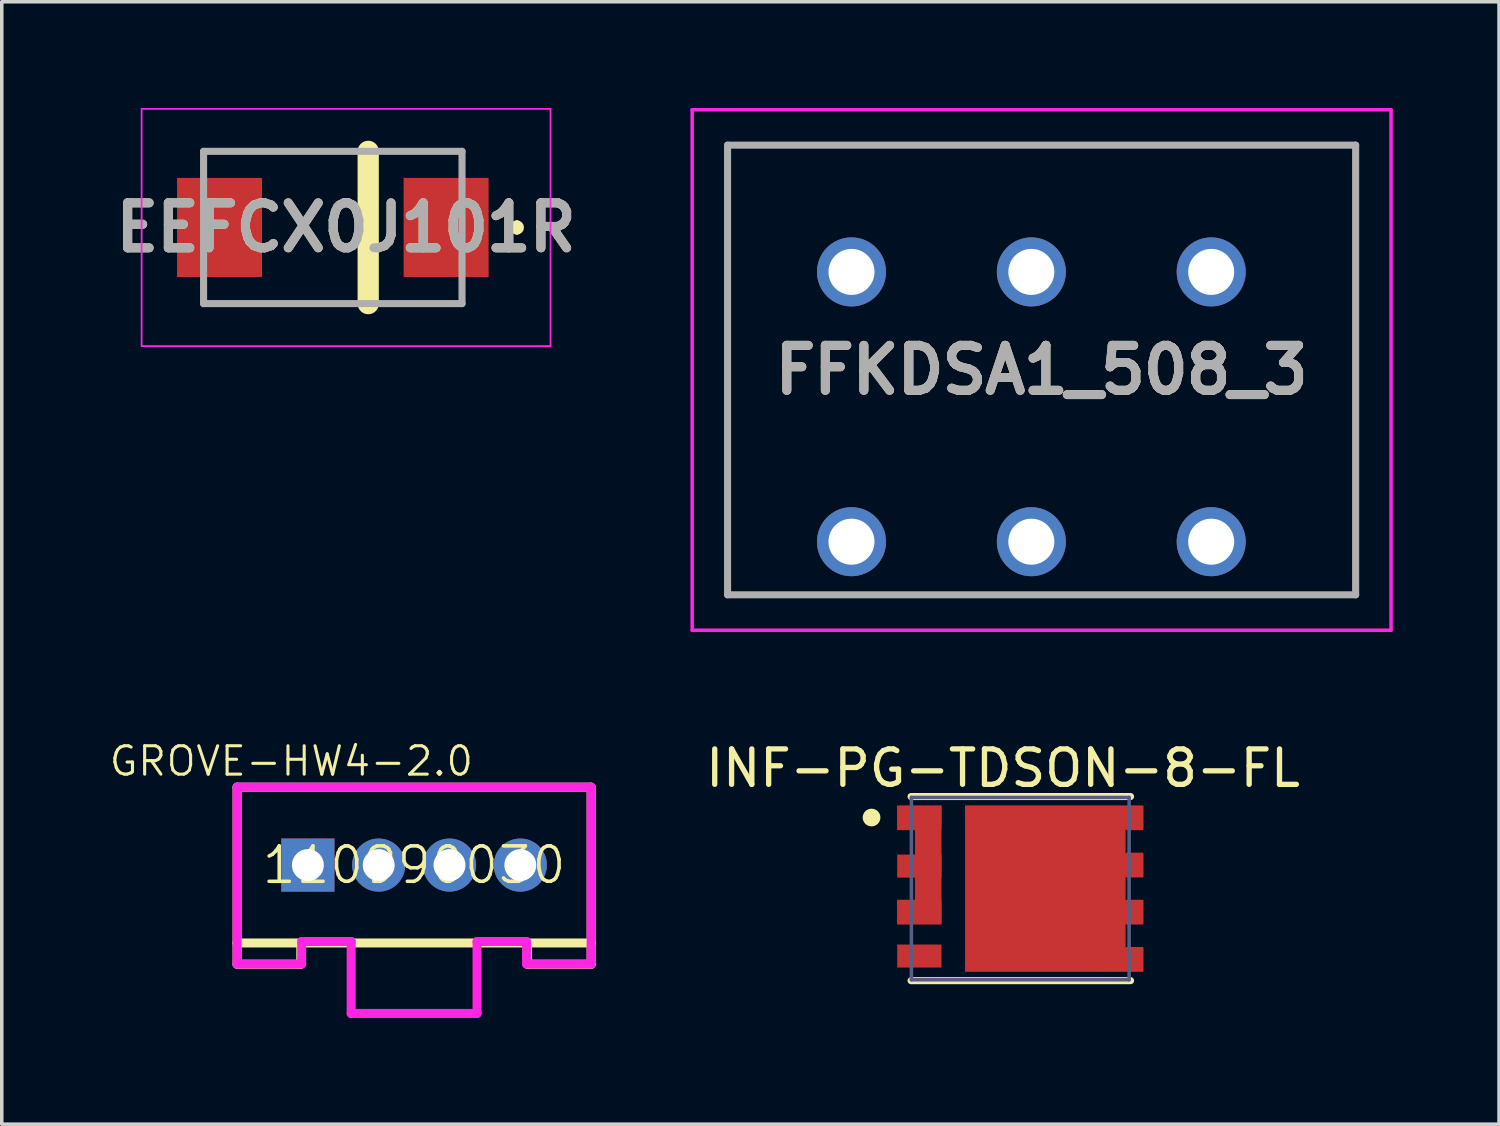
<source format=kicad_pcb>
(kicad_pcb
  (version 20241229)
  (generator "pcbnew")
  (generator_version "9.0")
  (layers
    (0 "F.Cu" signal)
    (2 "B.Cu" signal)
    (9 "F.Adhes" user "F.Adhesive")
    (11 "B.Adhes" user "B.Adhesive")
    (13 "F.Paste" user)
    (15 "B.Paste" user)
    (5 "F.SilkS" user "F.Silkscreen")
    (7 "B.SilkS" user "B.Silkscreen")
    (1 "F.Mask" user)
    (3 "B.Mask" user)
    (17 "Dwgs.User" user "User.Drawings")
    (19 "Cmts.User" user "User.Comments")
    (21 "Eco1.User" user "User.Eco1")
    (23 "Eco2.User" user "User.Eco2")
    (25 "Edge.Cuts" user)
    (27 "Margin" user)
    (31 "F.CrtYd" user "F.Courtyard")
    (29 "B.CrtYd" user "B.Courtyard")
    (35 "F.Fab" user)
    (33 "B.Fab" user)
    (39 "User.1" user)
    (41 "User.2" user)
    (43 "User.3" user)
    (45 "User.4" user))
  (footprint "GROVE-HW4-2.0"
    (layer "F.Cu")
    (at 8.646 21.384)
    (property "Reference" "GROVE-HW4-2.0" (at 1.727 -3.404 180) (layer "F.SilkS") (effects (font (size 0.802 0.802) (thickness 0.087)) (justify right top)))
    (property "MPN" "110990030" (at 0 0 0) (layer "F.SilkS") (effects (font (size 1 1) (thickness 0.1))))
    (fp_line (start -5 -2.2) (end -5 2.2) (stroke (width 0.254) (type solid)) (layer "F.SilkS"))
    (fp_line (start -5 -2.2) (end 5 -2.2) (stroke (width 0.254) (type solid)) (layer "F.SilkS"))
    (fp_line (start -5 -1) (end -5 1) (stroke (width 0.127) (type solid)) (layer "F.SilkS"))
    (fp_line (start -5 2.2) (end -5 2.8) (stroke (width 0.254) (type solid)) (layer "F.SilkS"))
    (fp_line (start -5 2.2) (end -3.2 2.2) (stroke (width 0.254) (type solid)) (layer "F.SilkS"))
    (fp_line (start -5 2.8) (end -3.2 2.8) (stroke (width 0.254) (type solid)) (layer "F.SilkS"))
    (fp_line (start -3.2 2.2) (end 3.2 2.2) (stroke (width 0.254) (type solid)) (layer "F.SilkS"))
    (fp_line (start -3.2 2.8) (end -3.2 2.2) (stroke (width 0.254) (type solid)) (layer "F.SilkS"))
    (fp_line (start 3.2 2.2) (end 3.2 2.8) (stroke (width 0.254) (type solid)) (layer "F.SilkS"))
    (fp_line (start 3.2 2.2) (end 5 2.2) (stroke (width 0.254) (type solid)) (layer "F.SilkS"))
    (fp_line (start 3.2 2.8) (end 5 2.8) (stroke (width 0.254) (type solid)) (layer "F.SilkS"))
    (fp_line (start 5 2.2) (end 5 -2.2) (stroke (width 0.254) (type solid)) (layer "F.SilkS"))
    (fp_line (start 5 2.8) (end 5 2.2) (stroke (width 0.254) (type solid)) (layer "F.SilkS"))
    (fp_line (start -5 -2.2) (end 5 -2.2) (stroke (width 0.254) (type solid)) (layer "F.CrtYd"))
    (fp_line (start -5 2.8) (end -5 -2.2) (stroke (width 0.254) (type solid)) (layer "F.CrtYd"))
    (fp_line (start -4.953 2.794) (end -3.175 2.794) (stroke (width 0.254) (type solid)) (layer "F.CrtYd"))
    (fp_line (start -3.175 2.159) (end -1.778 2.159) (stroke (width 0.254) (type solid)) (layer "F.CrtYd"))
    (fp_line (start -3.175 2.794) (end -3.175 2.159) (stroke (width 0.254) (type solid)) (layer "F.CrtYd"))
    (fp_line (start -1.778 2.159) (end -1.778 4.191) (stroke (width 0.254) (type solid)) (layer "F.CrtYd"))
    (fp_line (start -1.778 4.191) (end 1.778 4.191) (stroke (width 0.254) (type solid)) (layer "F.CrtYd"))
    (fp_line (start 1.778 2.159) (end 3.175 2.159) (stroke (width 0.254) (type solid)) (layer "F.CrtYd"))
    (fp_line (start 1.778 4.191) (end 1.778 2.159) (stroke (width 0.254) (type solid)) (layer "F.CrtYd"))
    (fp_line (start 3.175 2.159) (end 3.175 2.794) (stroke (width 0.254) (type solid)) (layer "F.CrtYd"))
    (fp_line (start 3.175 2.794) (end 4.953 2.794) (stroke (width 0.254) (type solid)) (layer "F.CrtYd"))
    (fp_line (start 5 -2.2) (end 5 2.8) (stroke (width 0.254) (type solid)) (layer "F.CrtYd"))
    (pad "1" thru_hole rect (at -3 0) (size 1.5 1.5) (drill 0.9) (layers "*.Cu" "*.Mask"))
    (pad "2" thru_hole circle (at -1 0) (size 1.5 1.5) (drill 0.9) (layers "*.Cu" "*.Mask"))
    (pad "3" thru_hole circle (at 1 0) (size 1.5 1.5) (drill 0.9) (layers "*.Cu" "*.Mask"))
    (pad "4" thru_hole circle (at 3 0) (size 1.5 1.5) (drill 0.9) (layers "*.Cu" "*.Mask")))
  (footprint "INF-PG-TDSON-8-FL"
    (layer "F.Cu")
    (at 25.767 22.048)
    (property "Reference" "INF-PG-TDSON-8-FL" (at -0.487 -3.4 0) (layer "F.SilkS") (effects (font (size 1 1) (thickness 0.15))))
    (fp_line (start -3.084 -2.6) (end 3.115 -2.6) (stroke (width 0.2) (type solid)) (layer "F.SilkS"))
    (fp_line (start -3.084 2.6) (end 3.115 2.6) (stroke (width 0.2) (type solid)) (layer "F.SilkS"))
    (fp_circle (center -4.2 -2.007) (end -4.2 -2.132) (stroke (width 0.25) (type solid)) (fill no) (layer "F.SilkS"))
    (fp_line (start -3.75 -2.85) (end 3.75 -2.85) (stroke (width 0.1) (type solid)) (layer "Eco2.User"))
    (fp_line (start -3.75 2.85) (end -3.75 -2.85) (stroke (width 0.1) (type solid)) (layer "Eco2.User"))
    (fp_line (start -3.75 2.85) (end 3.75 2.85) (stroke (width 0.1) (type solid)) (layer "Eco2.User"))
    (fp_line (start -0.5 0) (end 0.5 0) (stroke (width 0.1) (type solid)) (layer "Eco2.User"))
    (fp_line (start 0 0.5) (end 0 -0.5) (stroke (width 0.1) (type solid)) (layer "Eco2.User"))
    (fp_line (start 3.75 2.85) (end 3.75 -2.85) (stroke (width 0.1) (type solid)) (layer "Eco2.User"))
    (fp_line (start -3.075 -2.575) (end 3.075 -2.575) (stroke (width 0.1) (type solid)) (layer "B.Fab"))
    (fp_line (start -3.075 2.575) (end -3.075 -2.575) (stroke (width 0.1) (type solid)) (layer "B.Fab"))
    (fp_line (start -3.075 2.575) (end 3.075 2.575) (stroke (width 0.1) (type solid)) (layer "B.Fab"))
    (fp_line (start 3.075 2.575) (end 3.075 -2.575) (stroke (width 0.1) (type solid)) (layer "B.Fab"))
    (fp_text user "${REFERENCE}" (at 0 0.129 0) (unlocked yes) (layer "User.3") (effects (font (face "Arial") (size 0.756 0.756) (thickness 0.254)) (justify left bottom)))
    (pad "1" smd custom (at -2.975 -1.65) (size 0.000001 0.000001) (layers "F.Cu" "F.Mask" "F.Paste") (options (anchor circle)) (primitives (gr_poly (pts (xy 0 0) (xy 0 -0.7) (xy -0.5 -0.7) (xy -0.5 0)) (width 0) (fill yes))))
    (pad "1" smd rect (at -2.85 -2.007) (size 1.25 0.65) (layers "F.Cu" "F.Mask" "F.Paste"))
    (pad "2" smd rect (at -2.85 -0.635) (size 1.25 0.65) (layers "F.Cu" "F.Mask" "F.Paste"))
    (pad "3" smd custom (at -2.975 1.015) (size 0.000001 0.000001) (layers "F.Cu" "F.Mask" "F.Paste") (options (anchor circle)) (primitives (gr_poly (pts (xy 0 0) (xy 0.75 0) (xy 0.75 -3.365) (xy 0 -3.365)) (width 0) (fill yes))))
    (pad "3" smd custom (at -2.975 1.015) (size 0.000001 0.000001) (layers "F.Cu" "F.Mask" "F.Paste") (options (anchor circle)) (primitives (gr_poly (pts (xy 0 0) (xy 0 -0.7) (xy -0.5 -0.7) (xy -0.5 0)) (width 0) (fill yes))))
    (pad "3" smd rect (at -2.85 0.66) (size 1.25 0.65) (layers "F.Cu" "F.Mask" "F.Paste"))
    (pad "4" smd rect (at -2.85 1.905) (size 1.25 0.65) (layers "F.Cu" "F.Mask" "F.Paste"))
    (pad "5" smd rect (at 2.85 2.007) (size 1.25 0.65) (layers "F.Cu" "F.Mask" "F.Paste"))
    (pad "5" smd custom (at 2.975 1.65) (size 0.000001 0.000001) (layers "F.Cu" "F.Mask" "F.Paste") (options (anchor circle)) (primitives (gr_poly (pts (xy 0 0) (xy 0 0.7) (xy 0.5 0.7) (xy 0.5 0)) (width 0) (fill yes))))
    (pad "6" smd rect (at 2.85 0.66) (size 1.25 0.65) (layers "F.Cu" "F.Mask" "F.Paste"))
    (pad "6" smd custom (at 2.975 0.315) (size 0.000001 0.000001) (layers "F.Cu" "F.Mask" "F.Paste") (options (anchor circle)) (primitives (gr_poly (pts (xy 0 0) (xy 0 0.7) (xy 0.5 0.7) (xy 0.5 0)) (width 0) (fill yes))))
    (pad "7" smd rect (at 2.85 -0.66) (size 1.25 0.65) (layers "F.Cu" "F.Mask" "F.Paste"))
    (pad "7" smd custom (at 2.975 -1.015) (size 0.000001 0.000001) (layers "F.Cu" "F.Mask" "F.Paste") (options (anchor circle)) (primitives (gr_poly (pts (xy 0 0) (xy 0 0.7) (xy 0.5 0.7) (xy 0.5 0)) (width 0) (fill yes))))
    (pad "8" smd rect (at 2.85 -2.007) (size 1.25 0.65) (layers "F.Cu" "F.Mask" "F.Paste"))
    (pad "8" smd custom (at 2.975 -2.35) (size 0.000001 0.000001) (layers "F.Cu" "F.Mask" "F.Paste") (options (anchor circle)) (primitives (gr_poly (pts (xy 0 0) (xy -4.535 0) (xy -4.535 4.7) (xy 0 4.7)) (width 0) (fill yes))))
    (pad "8" smd custom (at 2.975 -2.35) (size 0.000001 0.000001) (layers "F.Cu" "F.Mask" "F.Paste") (options (anchor circle)) (primitives (gr_poly (pts (xy 0 0) (xy 0 0.7) (xy 0.5 0.7) (xy 0.5 0)) (width 0) (fill yes)))))
  (footprint "EEFCX0J101R"
    (layer "F.Cu")
    (at 6.35 3.375)
    (property "Reference" "EEFCX0J101R" (at 0.375 0 0) (layer "F.SilkS") (effects (font (size 1.27 1.27) (thickness 0.254))))
    (attr smd)
    (fp_line (start -3.65 2.15) (end 3.65 2.15) (stroke (width 0.1) (type solid)) (layer "F.SilkS"))
    (fp_line (start 1 -2.15) (end 1 2.15) (stroke (width 0.6) (type solid)) (layer "F.SilkS"))
    (fp_line (start 3.65 -2.15) (end -3.65 -2.15) (stroke (width 0.1) (type solid)) (layer "F.SilkS"))
    (fp_line (start 5.2 -0.1) (end 5.2 -0.1) (stroke (width 0.2) (type solid)) (layer "F.SilkS"))
    (fp_line (start 5.2 0.1) (end 5.2 0.1) (stroke (width 0.2) (type solid)) (layer "F.SilkS"))
    (fp_arc (start 5.2 -0.1) (mid 5.3 0) (end 5.2 0.1) (stroke (width 0.2) (type solid)) (layer "F.SilkS"))
    (fp_arc (start 5.2 0.1) (mid 5.1 0) (end 5.2 -0.1) (stroke (width 0.2) (type solid)) (layer "F.SilkS"))
    (fp_line (start -5.4 -3.35) (end -5.4 3.35) (stroke (width 0.05) (type solid)) (layer "F.CrtYd"))
    (fp_line (start -5.4 3.35) (end 6.15 3.35) (stroke (width 0.05) (type solid)) (layer "F.CrtYd"))
    (fp_line (start 6.15 -3.35) (end -5.4 -3.35) (stroke (width 0.05) (type solid)) (layer "F.CrtYd"))
    (fp_line (start 6.15 3.35) (end 6.15 -3.35) (stroke (width 0.05) (type solid)) (layer "F.CrtYd"))
    (fp_line (start -3.65 -2.15) (end -3.65 2.15) (stroke (width 0.2) (type solid)) (layer "F.Fab"))
    (fp_line (start -3.65 2.15) (end 3.65 2.15) (stroke (width 0.2) (type solid)) (layer "F.Fab"))
    (fp_line (start 3.65 -2.15) (end -3.65 -2.15) (stroke (width 0.2) (type solid)) (layer "F.Fab"))
    (fp_line (start 3.65 2.15) (end 3.65 -2.15) (stroke (width 0.2) (type solid)) (layer "F.Fab"))
    (fp_text user "${REFERENCE}" (at 0.375 0 0) (layer "F.Fab") (effects (font (size 1.27 1.27) (thickness 0.254))))
    (pad "1" smd rect (at 3.2 0) (size 2.4 2.8) (layers "F.Cu" "F.Mask" "F.Paste"))
    (pad "2" smd rect (at -3.2 0) (size 2.4 2.8) (layers "F.Cu" "F.Mask" "F.Paste")))
  (footprint "FFKDSA1_508_3"
    (layer "F.Cu")
    (at 21 12.25)
    (property "Reference" "FFKDSA1_508_3" (at 5.37 -4.85 0) (layer "F.SilkS") (effects (font (size 1.27 1.27) (thickness 0.254))))
    (attr through_hole)
    (fp_line (start -3.5 -11.2) (end 14.24 -11.2) (stroke (width 0.1) (type solid)) (layer "F.SilkS"))
    (fp_line (start -3.5 1.5) (end -3.5 -11.2) (stroke (width 0.1) (type solid)) (layer "F.SilkS"))
    (fp_line (start 14.24 -11.2) (end 14.24 1.5) (stroke (width 0.1) (type solid)) (layer "F.SilkS"))
    (fp_line (start 14.24 1.5) (end -3.5 1.5) (stroke (width 0.1) (type solid)) (layer "F.SilkS"))
    (fp_line (start -4.5 -12.2) (end 15.24 -12.2) (stroke (width 0.1) (type solid)) (layer "F.CrtYd"))
    (fp_line (start -4.5 2.5) (end -4.5 -12.2) (stroke (width 0.1) (type solid)) (layer "F.CrtYd"))
    (fp_line (start 15.24 -12.2) (end 15.24 2.5) (stroke (width 0.1) (type solid)) (layer "F.CrtYd"))
    (fp_line (start 15.24 2.5) (end -4.5 2.5) (stroke (width 0.1) (type solid)) (layer "F.CrtYd"))
    (fp_line (start -3.5 -11.2) (end 14.24 -11.2) (stroke (width 0.2) (type solid)) (layer "F.Fab"))
    (fp_line (start -3.5 1.5) (end -3.5 -11.2) (stroke (width 0.2) (type solid)) (layer "F.Fab"))
    (fp_line (start 14.24 -11.2) (end 14.24 1.5) (stroke (width 0.2) (type solid)) (layer "F.Fab"))
    (fp_line (start 14.24 1.5) (end -3.5 1.5) (stroke (width 0.2) (type solid)) (layer "F.Fab"))
    (fp_text user "${REFERENCE}" (at 5.37 -4.85 0) (layer "F.Fab") (effects (font (size 1.27 1.27) (thickness 0.254))))
    (pad "A1" thru_hole circle (at 0 0) (size 1.95 1.95) (drill 1.3) (layers "*.Cu" "*.Mask"))
    (pad "A2" thru_hole circle (at 5.08 0) (size 1.95 1.95) (drill 1.3) (layers "*.Cu" "*.Mask"))
    (pad "A3" thru_hole circle (at 10.16 0) (size 1.95 1.95) (drill 1.3) (layers "*.Cu" "*.Mask"))
    (pad "B1" thru_hole circle (at 0 -7.62) (size 1.95 1.95) (drill 1.3) (layers "*.Cu" "*.Mask"))
    (pad "B2" thru_hole circle (at 5.08 -7.62) (size 1.95 1.95) (drill 1.3) (layers "*.Cu" "*.Mask"))
    (pad "B3" thru_hole circle (at 10.16 -7.62) (size 1.95 1.95) (drill 1.3) (layers "*.Cu" "*.Mask")))
  (gr_rect
    (start -3 -3)
    (end 39.29 28.702)
    (stroke (width 0.1) (type default))
    (fill no)
    (layer "Edge.Cuts")))
</source>
